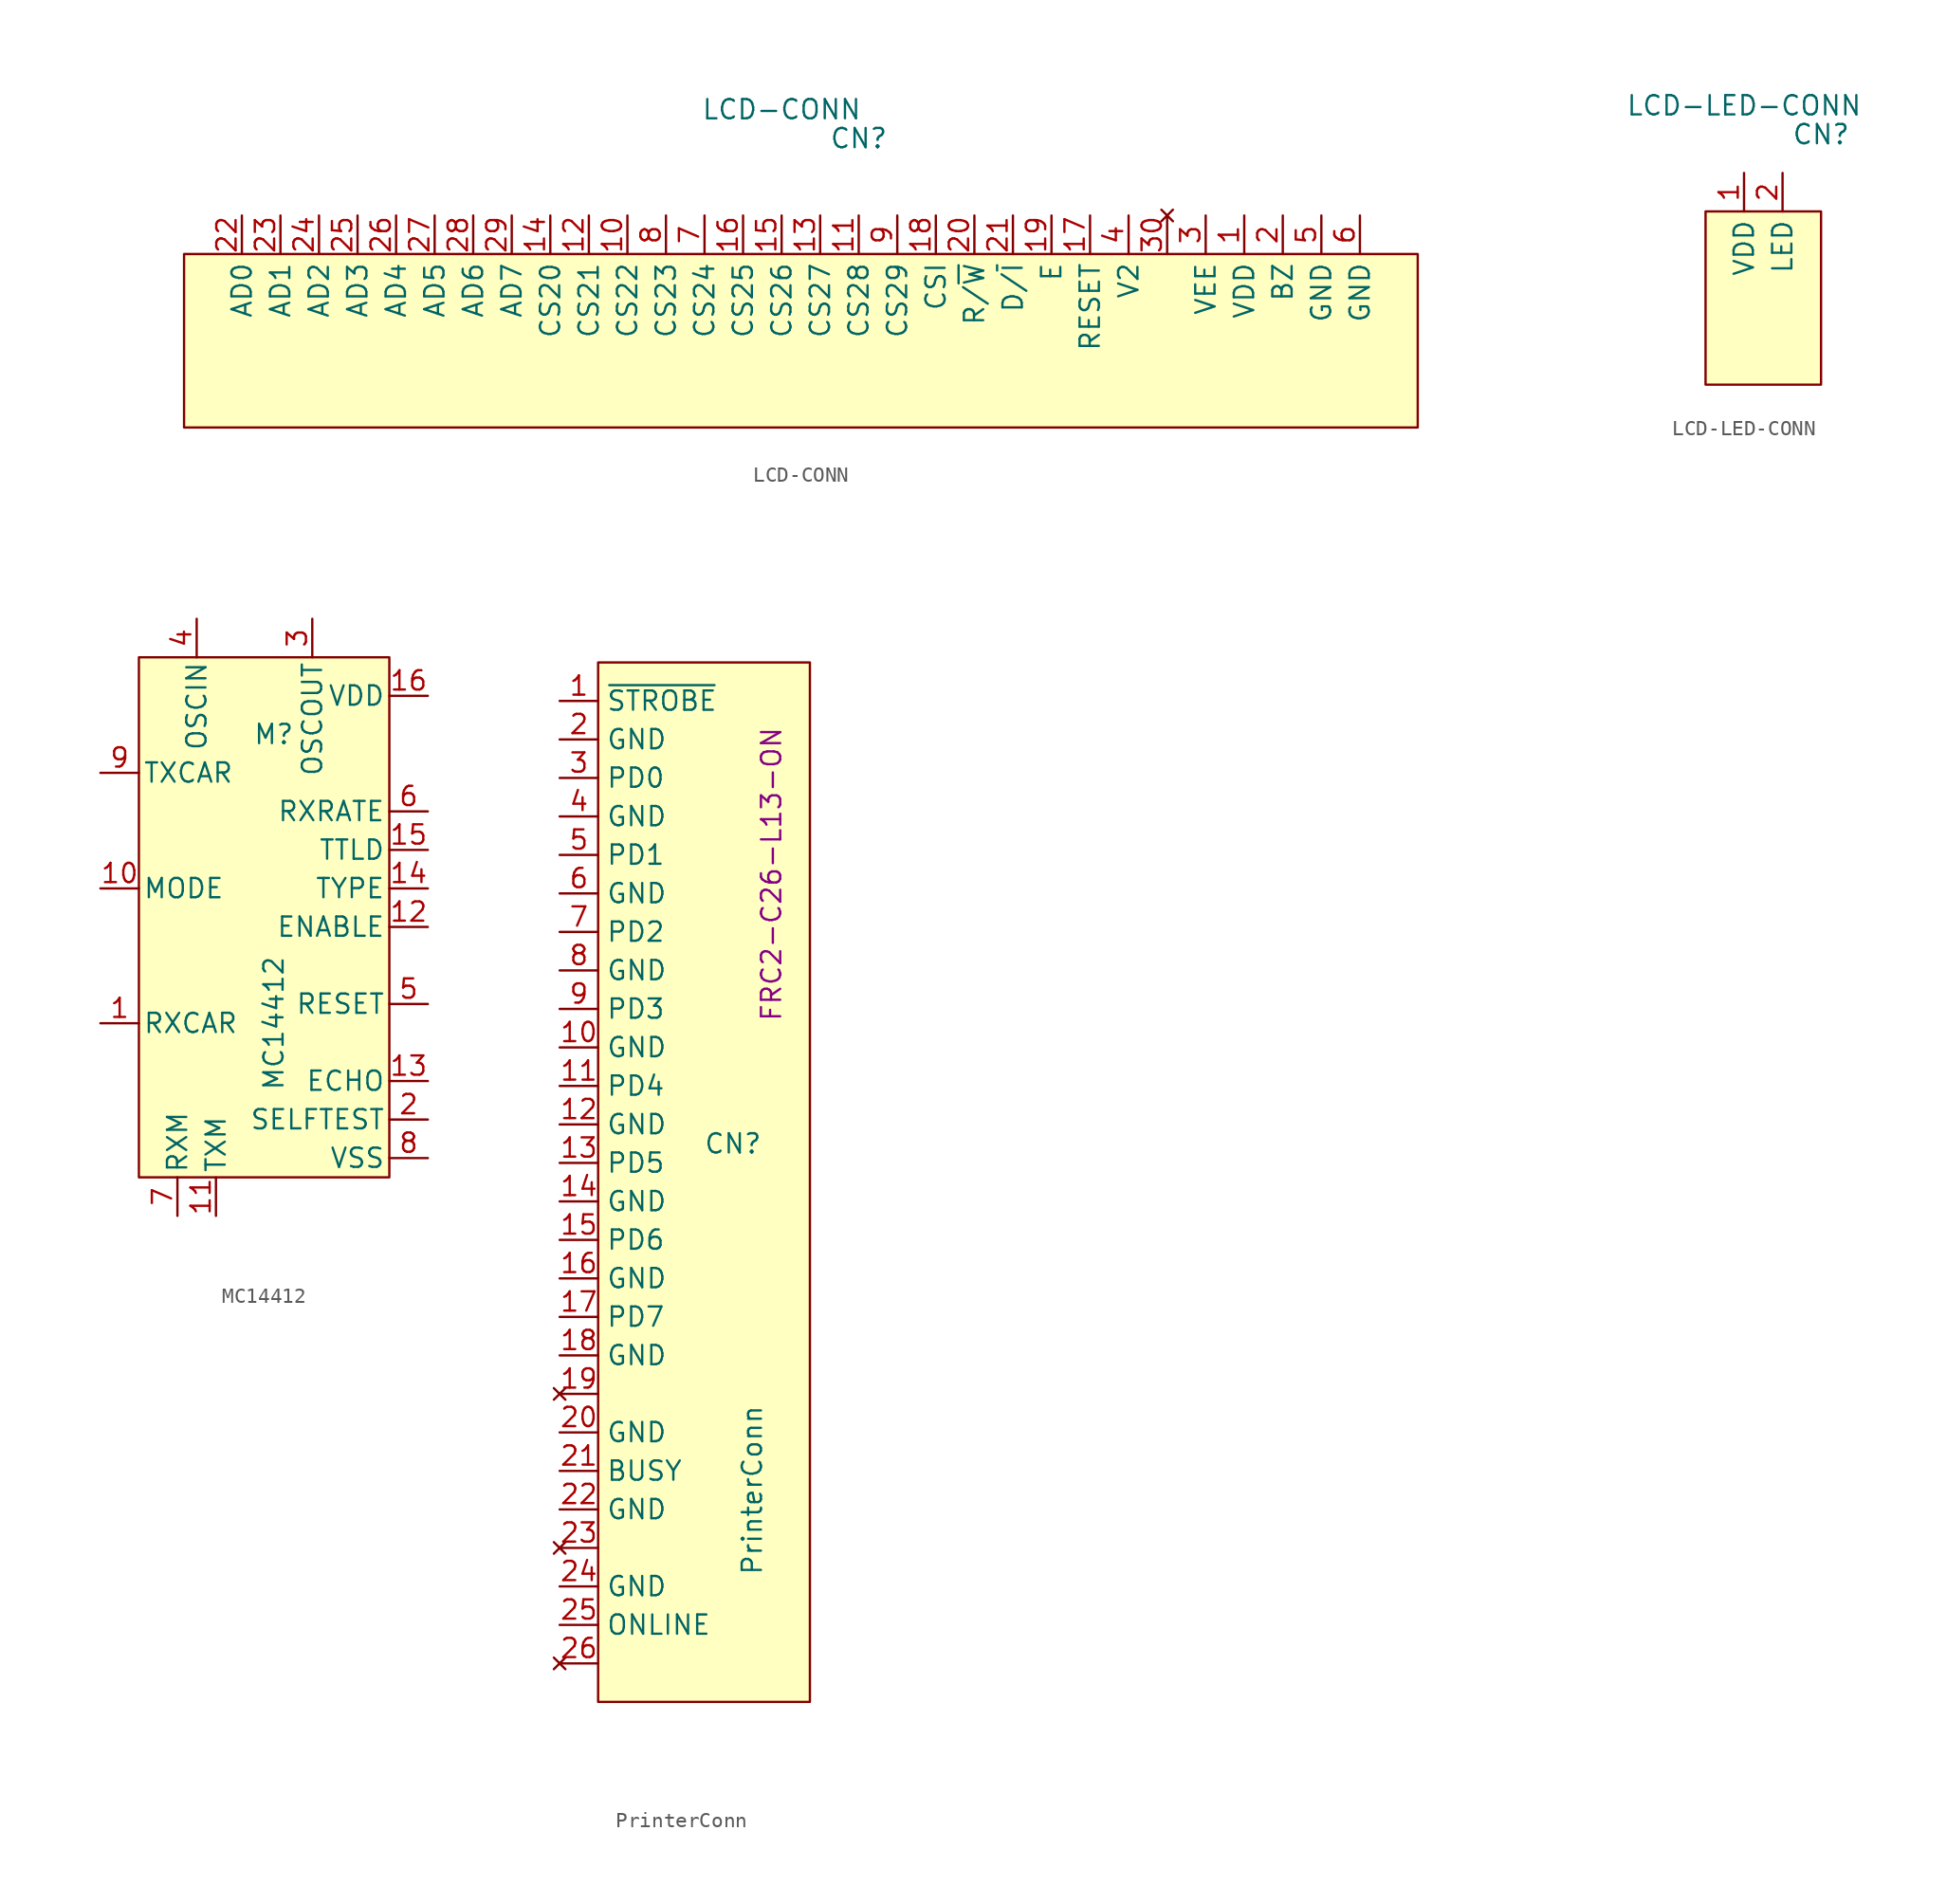
<source format=kicad_sym>
(kicad_symbol_lib
  (version 20211014)
  (generator kicad_symbol_editor)
  (symbol "LCD-CONN"
    (property "Reference" "CN"
      (at 3.81 6.35 0)
      (effects (font (size 1.27 1.27))))
    (property "Value" "LCD-CONN"
      (at -1.27 8.255 0)
      (effects (font (size 1.27 1.27))))
    (symbol "LCD-CONN_0_0"
      (pin power_in line (at 29.21 1.27 270) (length 2.54) (name "VDD" (effects (font (size 1.27 1.27)))) (number "1" (effects (font (size 1.27 1.27)))))
      (pin input line (at -11.43 1.27 270) (length 2.54) (name "CS22" (effects (font (size 1.27 1.27)))) (number "10" (effects (font (size 1.27 1.27)))))
      (pin input line (at 3.81 1.27 270) (length 2.54) (name "CS28" (effects (font (size 1.27 1.27)))) (number "11" (effects (font (size 1.27 1.27)))))
      (pin input line (at -13.97 1.27 270) (length 2.54) (name "CS21" (effects (font (size 1.27 1.27)))) (number "12" (effects (font (size 1.27 1.27)))))
      (pin input line (at 1.27 1.27 270) (length 2.54) (name "CS27" (effects (font (size 1.27 1.27)))) (number "13" (effects (font (size 1.27 1.27)))))
      (pin input line (at -16.51 1.27 270) (length 2.54) (name "CS20" (effects (font (size 1.27 1.27)))) (number "14" (effects (font (size 1.27 1.27)))))
      (pin input line (at -1.27 1.27 270) (length 2.54) (name "CS26" (effects (font (size 1.27 1.27)))) (number "15" (effects (font (size 1.27 1.27)))))
      (pin input line (at -3.81 1.27 270) (length 2.54) (name "CS25" (effects (font (size 1.27 1.27)))) (number "16" (effects (font (size 1.27 1.27)))))
      (pin input line (at 19.05 1.27 270) (length 2.54) (name "RESET" (effects (font (size 1.27 1.27)))) (number "17" (effects (font (size 1.27 1.27)))))
      (pin input line (at 8.89 1.27 270) (length 2.54) (name "CSI" (effects (font (size 1.27 1.27)))) (number "18" (effects (font (size 1.27 1.27)))))
      (pin input line (at 16.51 1.27 270) (length 2.54) (name "E" (effects (font (size 1.27 1.27)))) (number "19" (effects (font (size 1.27 1.27)))))
      (pin input line (at 31.75 1.27 270) (length 2.54) (name "BZ" (effects (font (size 1.27 1.27)))) (number "2" (effects (font (size 1.27 1.27)))))
      (pin input line (at 11.43 1.27 270) (length 2.54) (name "R/~{W}" (effects (font (size 1.27 1.27)))) (number "20" (effects (font (size 1.27 1.27)))))
      (pin input line (at 13.97 1.27 270) (length 2.54) (name "D/~{I}" (effects (font (size 1.27 1.27)))) (number "21" (effects (font (size 1.27 1.27)))))
      (pin input line (at -36.83 1.27 270) (length 2.54) (name "AD0" (effects (font (size 1.27 1.27)))) (number "22" (effects (font (size 1.27 1.27)))))
      (pin input line (at -34.29 1.27 270) (length 2.54) (name "AD1" (effects (font (size 1.27 1.27)))) (number "23" (effects (font (size 1.27 1.27)))))
      (pin input line (at -31.75 1.27 270) (length 2.54) (name "AD2" (effects (font (size 1.27 1.27)))) (number "24" (effects (font (size 1.27 1.27)))))
      (pin input line (at -29.21 1.27 270) (length 2.54) (name "AD3" (effects (font (size 1.27 1.27)))) (number "25" (effects (font (size 1.27 1.27)))))
      (pin input line (at -26.67 1.27 270) (length 2.54) (name "AD4" (effects (font (size 1.27 1.27)))) (number "26" (effects (font (size 1.27 1.27)))))
      (pin input line (at -24.13 1.27 270) (length 2.54) (name "AD5" (effects (font (size 1.27 1.27)))) (number "27" (effects (font (size 1.27 1.27)))))
      (pin input line (at -21.59 1.27 270) (length 2.54) (name "AD6" (effects (font (size 1.27 1.27)))) (number "28" (effects (font (size 1.27 1.27)))))
      (pin input line (at -19.05 1.27 270) (length 2.54) (name "AD7" (effects (font (size 1.27 1.27)))) (number "29" (effects (font (size 1.27 1.27)))))
      (pin power_in line (at 26.67 1.27 270) (length 2.54) (name "VEE" (effects (font (size 1.27 1.27)))) (number "3" (effects (font (size 1.27 1.27)))))
      (pin no_connect line (at 24.13 1.27 270) (length 2.54) (name "" (effects (font (size 1.27 1.27)))) (number "30" (effects (font (size 1.27 1.27)))))
      (pin input line (at 21.59 1.27 270) (length 2.54) (name "V2" (effects (font (size 1.27 1.27)))) (number "4" (effects (font (size 1.27 1.27)))))
      (pin power_in line (at 34.29 1.27 270) (length 2.54) (name "GND" (effects (font (size 1.27 1.27)))) (number "5" (effects (font (size 1.27 1.27)))))
      (pin power_in line (at 36.83 1.27 270) (length 2.54) (name "GND" (effects (font (size 1.27 1.27)))) (number "6" (effects (font (size 1.27 1.27)))))
      (pin input line (at -6.35 1.27 270) (length 2.54) (name "CS24" (effects (font (size 1.27 1.27)))) (number "7" (effects (font (size 1.27 1.27)))))
      (pin input line (at -8.89 1.27 270) (length 2.54) (name "CS23" (effects (font (size 1.27 1.27)))) (number "8" (effects (font (size 1.27 1.27)))))
      (pin input line (at 6.35 1.27 270) (length 2.54) (name "CS29" (effects (font (size 1.27 1.27)))) (number "9" (effects (font (size 1.27 1.27))))))
    (symbol "LCD-CONN_0_1"
      (rectangle (start -40.64 -1.27) (end 40.64 -12.7) (stroke (width 0) (type default) (color 0 0 0 0)) (fill (type background)))))
  (symbol "LCD-LED-CONN"
    (property "Reference" "CN"
      (at 3.81 6.35 0)
      (effects (font (size 1.27 1.27))))
    (property "Value" "LCD-LED-CONN"
      (at -1.27 8.255 0)
      (effects (font (size 1.27 1.27))))
    (symbol "LCD-LED-CONN_0_0"
      (pin power_in line (at -1.27 3.81 270) (length 2.54) (name "VDD" (effects (font (size 1.27 1.27)))) (number "1" (effects (font (size 1.27 1.27)))))
      (pin input line (at 1.27 3.81 270) (length 2.54) (name "LED" (effects (font (size 1.27 1.27)))) (number "2" (effects (font (size 1.27 1.27))))))
    (symbol "LCD-LED-CONN_0_1"
      (rectangle (start -3.81 1.27) (end 3.81 -10.16) (stroke (width 0) (type default) (color 0 0 0 0)) (fill (type background)))))
  (symbol "MC14412"
    (pin_names
      (offset 0.254))
    (property "Reference" "M"
      (at 0 5.08 0)
      (effects (font (size 1.27 1.27))))
    (property "Value" "MC14412"
      (at 0 -13.97 90)
      (effects (font (size 1.27 1.27))))
    (symbol "MC14412_0_1"
      (rectangle (start -8.89 10.16) (end 7.62 -24.13) (stroke (width 0) (type default) (color 0 0 0 0)) (fill (type background))))
    (symbol "MC14412_1_1"
      (pin input line (at -11.43 -13.97 0) (length 2.54) (name "RXCAR" (effects (font (size 1.27 1.27)))) (number "1" (effects (font (size 1.27 1.27)))))
      (pin input line (at -11.43 -5.08 0) (length 2.54) (name "MODE" (effects (font (size 1.27 1.27)))) (number "10" (effects (font (size 1.27 1.27)))))
      (pin input line (at -3.81 -26.67 90) (length 2.54) (name "TXM" (effects (font (size 1.27 1.27)))) (number "11" (effects (font (size 1.27 1.27)))))
      (pin input line (at 10.16 -7.62 180) (length 2.54) (name "ENABLE" (effects (font (size 1.27 1.27)))) (number "12" (effects (font (size 1.27 1.27)))))
      (pin input line (at 10.16 -17.78 180) (length 2.54) (name "ECHO" (effects (font (size 1.27 1.27)))) (number "13" (effects (font (size 1.27 1.27)))))
      (pin input line (at 10.16 -5.08 180) (length 2.54) (name "TYPE" (effects (font (size 1.27 1.27)))) (number "14" (effects (font (size 1.27 1.27)))))
      (pin input line (at 10.16 -2.54 180) (length 2.54) (name "TTLD" (effects (font (size 1.27 1.27)))) (number "15" (effects (font (size 1.27 1.27)))))
      (pin power_in line (at 10.16 7.62 180) (length 2.54) (name "VDD" (effects (font (size 1.27 1.27)))) (number "16" (effects (font (size 1.27 1.27)))))
      (pin input line (at 10.16 -20.32 180) (length 2.54) (name "SELFTEST" (effects (font (size 1.27 1.27)))) (number "2" (effects (font (size 1.27 1.27)))))
      (pin free line (at 2.54 12.7 270) (length 2.54) (name "OSCOUT" (effects (font (size 1.27 1.27)))) (number "3" (effects (font (size 1.27 1.27)))))
      (pin free line (at -5.08 12.7 270) (length 2.54) (name "OSCIN" (effects (font (size 1.27 1.27)))) (number "4" (effects (font (size 1.27 1.27)))))
      (pin input line (at 10.16 -12.7 180) (length 2.54) (name "RESET" (effects (font (size 1.27 1.27)))) (number "5" (effects (font (size 1.27 1.27)))))
      (pin input line (at 10.16 0 180) (length 2.54) (name "RXRATE" (effects (font (size 1.27 1.27)))) (number "6" (effects (font (size 1.27 1.27)))))
      (pin output line (at -6.35 -26.67 90) (length 2.54) (name "RXM" (effects (font (size 1.27 1.27)))) (number "7" (effects (font (size 1.27 1.27)))))
      (pin power_in line (at 10.16 -22.86 180) (length 2.54) (name "VSS" (effects (font (size 1.27 1.27)))) (number "8" (effects (font (size 1.27 1.27)))))
      (pin output line (at -11.43 2.54 0) (length 2.54) (name "TXCAR" (effects (font (size 1.27 1.27)))) (number "9" (effects (font (size 1.27 1.27)))))))
  (symbol "PrinterConn"
    (property "Reference" "CN"
      (at 3.81 -17.78 0)
      (effects (font (size 1.27 1.27))))
    (property "Value" "PrinterConn"
      (at 5.08 -40.64 90)
      (effects (font (size 1.27 1.27))))
    (property "Part#" "FRC2-C26-L13-ON"
      (at 6.35 0 90)
      (effects (font (size 1.27 1.27))))
    (symbol "PrinterConn_0_0"
      (rectangle (start -5.08 13.97) (end 8.89 -54.61) (stroke (width 0) (type default) (color 0 0 0 0)) (fill (type background)))
      (pin input line (at -7.62 11.43 0) (length 2.54) (name "~{STROBE}" (effects (font (size 1.27 1.27)))) (number "1" (effects (font (size 1.27 1.27)))))
      (pin power_in line (at -7.62 -11.43 0) (length 2.54) (name "GND" (effects (font (size 1.27 1.27)))) (number "10" (effects (font (size 1.27 1.27)))))
      (pin input line (at -7.62 -13.97 0) (length 2.54) (name "PD4" (effects (font (size 1.27 1.27)))) (number "11" (effects (font (size 1.27 1.27)))))
      (pin power_in line (at -7.62 -16.51 0) (length 2.54) (name "GND" (effects (font (size 1.27 1.27)))) (number "12" (effects (font (size 1.27 1.27)))))
      (pin input line (at -7.62 -19.05 0) (length 2.54) (name "PD5" (effects (font (size 1.27 1.27)))) (number "13" (effects (font (size 1.27 1.27)))))
      (pin power_in line (at -7.62 -21.59 0) (length 2.54) (name "GND" (effects (font (size 1.27 1.27)))) (number "14" (effects (font (size 1.27 1.27)))))
      (pin input line (at -7.62 -24.13 0) (length 2.54) (name "PD6" (effects (font (size 1.27 1.27)))) (number "15" (effects (font (size 1.27 1.27)))))
      (pin power_in line (at -7.62 -26.67 0) (length 2.54) (name "GND" (effects (font (size 1.27 1.27)))) (number "16" (effects (font (size 1.27 1.27)))))
      (pin input line (at -7.62 -29.21 0) (length 2.54) (name "PD7" (effects (font (size 1.27 1.27)))) (number "17" (effects (font (size 1.27 1.27)))))
      (pin power_in line (at -7.62 -31.75 0) (length 2.54) (name "GND" (effects (font (size 1.27 1.27)))) (number "18" (effects (font (size 1.27 1.27)))))
      (pin no_connect line (at -7.62 -34.29 0) (length 2.54) (name "" (effects (font (size 1.27 1.27)))) (number "19" (effects (font (size 1.27 1.27)))))
      (pin power_in line (at -7.62 8.89 0) (length 2.54) (name "GND" (effects (font (size 1.27 1.27)))) (number "2" (effects (font (size 1.27 1.27)))))
      (pin power_in line (at -7.62 -36.83 0) (length 2.54) (name "GND" (effects (font (size 1.27 1.27)))) (number "20" (effects (font (size 1.27 1.27)))))
      (pin output line (at -7.62 -39.37 0) (length 2.54) (name "BUSY" (effects (font (size 1.27 1.27)))) (number "21" (effects (font (size 1.27 1.27)))))
      (pin power_in line (at -7.62 -41.91 0) (length 2.54) (name "GND" (effects (font (size 1.27 1.27)))) (number "22" (effects (font (size 1.27 1.27)))))
      (pin no_connect line (at -7.62 -44.45 0) (length 2.54) (name "" (effects (font (size 1.27 1.27)))) (number "23" (effects (font (size 1.27 1.27)))))
      (pin power_in line (at -7.62 -46.99 0) (length 2.54) (name "GND" (effects (font (size 1.27 1.27)))) (number "24" (effects (font (size 1.27 1.27)))))
      (pin output line (at -7.62 -49.53 0) (length 2.54) (name "ONLINE" (effects (font (size 1.27 1.27)))) (number "25" (effects (font (size 1.27 1.27)))))
      (pin no_connect line (at -7.62 -52.07 0) (length 2.54) (name "" (effects (font (size 1.27 1.27)))) (number "26" (effects (font (size 1.27 1.27)))))
      (pin input line (at -7.62 6.35 0) (length 2.54) (name "PD0" (effects (font (size 1.27 1.27)))) (number "3" (effects (font (size 1.27 1.27)))))
      (pin power_in line (at -7.62 3.81 0) (length 2.54) (name "GND" (effects (font (size 1.27 1.27)))) (number "4" (effects (font (size 1.27 1.27)))))
      (pin input line (at -7.62 1.27 0) (length 2.54) (name "PD1" (effects (font (size 1.27 1.27)))) (number "5" (effects (font (size 1.27 1.27)))))
      (pin power_in line (at -7.62 -1.27 0) (length 2.54) (name "GND" (effects (font (size 1.27 1.27)))) (number "6" (effects (font (size 1.27 1.27)))))
      (pin input line (at -7.62 -3.81 0) (length 2.54) (name "PD2" (effects (font (size 1.27 1.27)))) (number "7" (effects (font (size 1.27 1.27)))))
      (pin power_in line (at -7.62 -6.35 0) (length 2.54) (name "GND" (effects (font (size 1.27 1.27)))) (number "8" (effects (font (size 1.27 1.27)))))
      (pin input line (at -7.62 -8.89 0) (length 2.54) (name "PD3" (effects (font (size 1.27 1.27)))) (number "9" (effects (font (size 1.27 1.27))))))))
</source>
